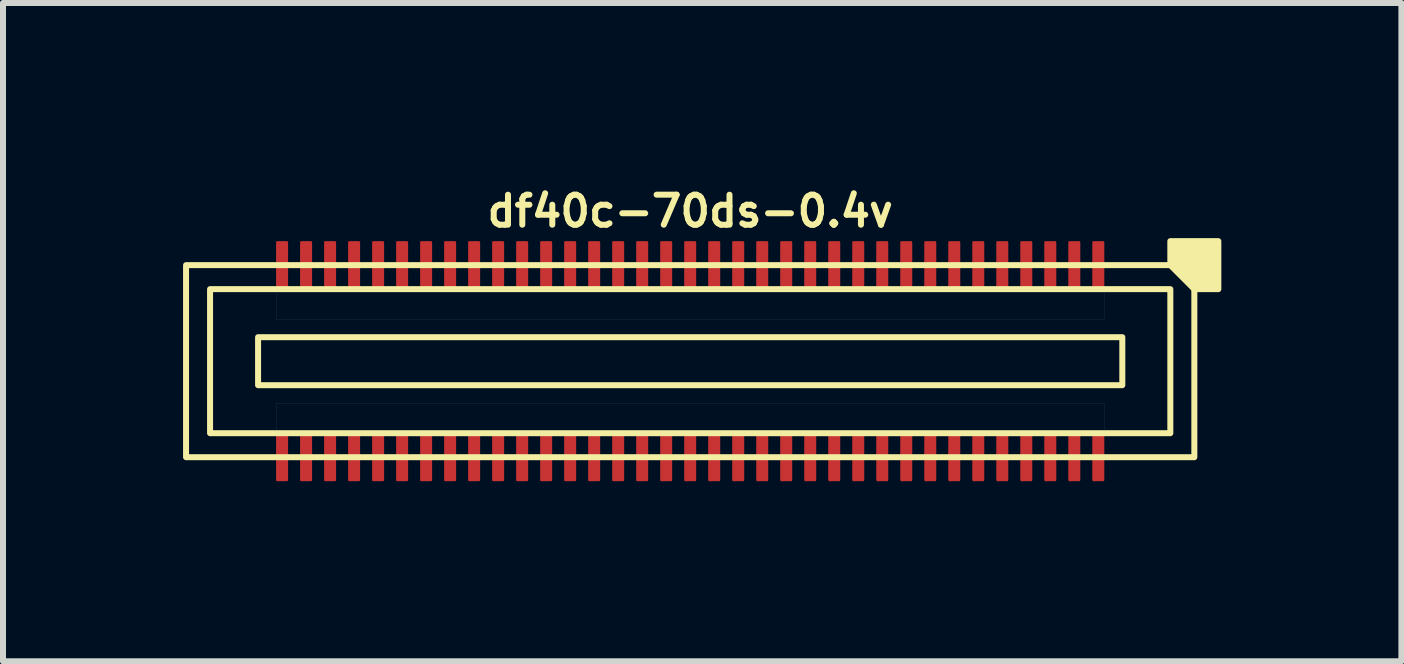
<source format=kicad_pcb>
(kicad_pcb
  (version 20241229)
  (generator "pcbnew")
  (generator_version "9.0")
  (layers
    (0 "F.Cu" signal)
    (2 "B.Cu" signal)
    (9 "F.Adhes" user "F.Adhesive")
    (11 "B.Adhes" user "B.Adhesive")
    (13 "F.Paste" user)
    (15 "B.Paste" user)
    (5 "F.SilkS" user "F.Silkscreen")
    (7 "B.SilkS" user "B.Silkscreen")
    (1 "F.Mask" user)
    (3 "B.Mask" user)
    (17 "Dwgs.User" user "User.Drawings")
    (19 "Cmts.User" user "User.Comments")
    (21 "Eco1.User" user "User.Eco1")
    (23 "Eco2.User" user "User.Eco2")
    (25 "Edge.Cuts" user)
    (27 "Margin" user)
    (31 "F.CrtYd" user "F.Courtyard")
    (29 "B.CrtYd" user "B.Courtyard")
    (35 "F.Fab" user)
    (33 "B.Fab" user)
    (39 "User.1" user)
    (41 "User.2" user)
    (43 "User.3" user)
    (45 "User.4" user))
  (footprint "df40c-70ds-0.4v"
    (layer "F.Cu")
    (at 8.45 2.968)
    (property "Reference" "df40c-70ds-0.4v" (at 0 -2.5 180) (layer "F.SilkS") (effects (font (size 0.5 0.5) (thickness 0.1))))
    (attr smd)
    (fp_rect (start -7.2 -0.4) (end 7.2 0.4) (stroke (width 0.1) (type default)) (fill no) (layer "F.SilkS"))
    (fp_rect (start 8 -1.2) (end -8 1.2) (stroke (width 0.1) (type default)) (fill no) (layer "F.SilkS"))
    (fp_rect (start 8.4 -1.6) (end -8.4 1.6) (stroke (width 0.1) (type default)) (fill no) (layer "F.SilkS"))
    (fp_poly (pts (xy 8 -1.6) (xy 8 -2) (xy 8.8 -2) (xy 8.8 -1.2) (xy 8.4 -1.2)) (stroke (width 0.1) (type solid)) (fill yes) (layer "F.SilkS"))
    (fp_poly (pts (xy -6.9 -1.2) (xy 6.9 -1.2) (xy 6.9 -0.7) (xy -6.9 -0.7)) (stroke (width 0.001) (type solid)) (fill no) (layer "Dwgs.User"))
    (fp_poly (pts (xy -6.9 0.7) (xy 6.9 0.7) (xy 6.9 1.2) (xy -6.9 1.2)) (stroke (width 0.001) (type solid)) (fill no) (layer "Dwgs.User"))
    (pad "1" smd roundrect (at 6.8 -1.6) (size 0.2 0.8) (layers "F.Cu" "F.Mask" "F.Paste") (roundrect_rratio 0.1))
    (pad "2" smd roundrect (at 6.8 1.6) (size 0.2 0.8) (layers "F.Cu" "F.Mask" "F.Paste") (roundrect_rratio 0.1))
    (pad "3" smd roundrect (at 6.4 -1.6) (size 0.2 0.8) (layers "F.Cu" "F.Mask" "F.Paste") (roundrect_rratio 0.1))
    (pad "4" smd roundrect (at 6.4 1.6) (size 0.2 0.8) (layers "F.Cu" "F.Mask" "F.Paste") (roundrect_rratio 0.1))
    (pad "5" smd roundrect (at 6 -1.6) (size 0.2 0.8) (layers "F.Cu" "F.Mask" "F.Paste") (roundrect_rratio 0.1))
    (pad "6" smd roundrect (at 6 1.6) (size 0.2 0.8) (layers "F.Cu" "F.Mask" "F.Paste") (roundrect_rratio 0.1))
    (pad "7" smd roundrect (at 5.6 -1.6) (size 0.2 0.8) (layers "F.Cu" "F.Mask" "F.Paste") (roundrect_rratio 0.1))
    (pad "8" smd roundrect (at 5.6 1.6) (size 0.2 0.8) (layers "F.Cu" "F.Mask" "F.Paste") (roundrect_rratio 0.1))
    (pad "9" smd roundrect (at 5.2 -1.6) (size 0.2 0.8) (layers "F.Cu" "F.Mask" "F.Paste") (roundrect_rratio 0.1))
    (pad "10" smd roundrect (at 5.2 1.6) (size 0.2 0.8) (layers "F.Cu" "F.Mask" "F.Paste") (roundrect_rratio 0.1))
    (pad "11" smd roundrect (at 4.8 -1.6) (size 0.2 0.8) (layers "F.Cu" "F.Mask" "F.Paste") (roundrect_rratio 0.1))
    (pad "12" smd roundrect (at 4.8 1.6) (size 0.2 0.8) (layers "F.Cu" "F.Mask" "F.Paste") (roundrect_rratio 0.1))
    (pad "13" smd roundrect (at 4.4 -1.6) (size 0.2 0.8) (layers "F.Cu" "F.Mask" "F.Paste") (roundrect_rratio 0.1))
    (pad "14" smd roundrect (at 4.4 1.6) (size 0.2 0.8) (layers "F.Cu" "F.Mask" "F.Paste") (roundrect_rratio 0.1))
    (pad "15" smd roundrect (at 4 -1.6) (size 0.2 0.8) (layers "F.Cu" "F.Mask" "F.Paste") (roundrect_rratio 0.1))
    (pad "16" smd roundrect (at 4 1.6) (size 0.2 0.8) (layers "F.Cu" "F.Mask" "F.Paste") (roundrect_rratio 0.1))
    (pad "17" smd roundrect (at 3.6 -1.6) (size 0.2 0.8) (layers "F.Cu" "F.Mask" "F.Paste") (roundrect_rratio 0.1))
    (pad "18" smd roundrect (at 3.6 1.6) (size 0.2 0.8) (layers "F.Cu" "F.Mask" "F.Paste") (roundrect_rratio 0.1))
    (pad "19" smd roundrect (at 3.2 -1.6) (size 0.2 0.8) (layers "F.Cu" "F.Mask" "F.Paste") (roundrect_rratio 0.1))
    (pad "20" smd roundrect (at 3.2 1.6) (size 0.2 0.8) (layers "F.Cu" "F.Mask" "F.Paste") (roundrect_rratio 0.1))
    (pad "21" smd roundrect (at 2.8 -1.6) (size 0.2 0.8) (layers "F.Cu" "F.Mask" "F.Paste") (roundrect_rratio 0.1))
    (pad "22" smd roundrect (at 2.8 1.6) (size 0.2 0.8) (layers "F.Cu" "F.Mask" "F.Paste") (roundrect_rratio 0.1))
    (pad "23" smd roundrect (at 2.4 -1.6) (size 0.2 0.8) (layers "F.Cu" "F.Mask" "F.Paste") (roundrect_rratio 0.1))
    (pad "24" smd roundrect (at 2.4 1.6) (size 0.2 0.8) (layers "F.Cu" "F.Mask" "F.Paste") (roundrect_rratio 0.1))
    (pad "25" smd roundrect (at 2 -1.6) (size 0.2 0.8) (layers "F.Cu" "F.Mask" "F.Paste") (roundrect_rratio 0.1))
    (pad "26" smd roundrect (at 2 1.6) (size 0.2 0.8) (layers "F.Cu" "F.Mask" "F.Paste") (roundrect_rratio 0.1))
    (pad "27" smd roundrect (at 1.6 -1.6) (size 0.2 0.8) (layers "F.Cu" "F.Mask" "F.Paste") (roundrect_rratio 0.1))
    (pad "28" smd roundrect (at 1.6 1.6) (size 0.2 0.8) (layers "F.Cu" "F.Mask" "F.Paste") (roundrect_rratio 0.1))
    (pad "29" smd roundrect (at 1.2 -1.6) (size 0.2 0.8) (layers "F.Cu" "F.Mask" "F.Paste") (roundrect_rratio 0.1))
    (pad "30" smd roundrect (at 1.2 1.6) (size 0.2 0.8) (layers "F.Cu" "F.Mask" "F.Paste") (roundrect_rratio 0.1))
    (pad "31" smd roundrect (at 0.8 -1.6) (size 0.2 0.8) (layers "F.Cu" "F.Mask" "F.Paste") (roundrect_rratio 0.1))
    (pad "32" smd roundrect (at 0.8 1.6) (size 0.2 0.8) (layers "F.Cu" "F.Mask" "F.Paste") (roundrect_rratio 0.1))
    (pad "33" smd roundrect (at 0.4 -1.6) (size 0.2 0.8) (layers "F.Cu" "F.Mask" "F.Paste") (roundrect_rratio 0.1))
    (pad "34" smd roundrect (at 0.4 1.6) (size 0.2 0.8) (layers "F.Cu" "F.Mask" "F.Paste") (roundrect_rratio 0.1))
    (pad "35" smd roundrect (at 0 -1.6) (size 0.2 0.8) (layers "F.Cu" "F.Mask" "F.Paste") (roundrect_rratio 0.1))
    (pad "36" smd roundrect (at 0 1.6) (size 0.2 0.8) (layers "F.Cu" "F.Mask" "F.Paste") (roundrect_rratio 0.1))
    (pad "37" smd roundrect (at -0.4 -1.6) (size 0.2 0.8) (layers "F.Cu" "F.Mask" "F.Paste") (roundrect_rratio 0.1))
    (pad "38" smd roundrect (at -0.4 1.6) (size 0.2 0.8) (layers "F.Cu" "F.Mask" "F.Paste") (roundrect_rratio 0.1))
    (pad "39" smd roundrect (at -0.8 -1.6) (size 0.2 0.8) (layers "F.Cu" "F.Mask" "F.Paste") (roundrect_rratio 0.1))
    (pad "40" smd roundrect (at -0.8 1.6) (size 0.2 0.8) (layers "F.Cu" "F.Mask" "F.Paste") (roundrect_rratio 0.1))
    (pad "41" smd roundrect (at -1.2 -1.6) (size 0.2 0.8) (layers "F.Cu" "F.Mask" "F.Paste") (roundrect_rratio 0.1))
    (pad "42" smd roundrect (at -1.2 1.6) (size 0.2 0.8) (layers "F.Cu" "F.Mask" "F.Paste") (roundrect_rratio 0.1))
    (pad "43" smd roundrect (at -1.6 -1.6) (size 0.2 0.8) (layers "F.Cu" "F.Mask" "F.Paste") (roundrect_rratio 0.1))
    (pad "44" smd roundrect (at -1.6 1.6) (size 0.2 0.8) (layers "F.Cu" "F.Mask" "F.Paste") (roundrect_rratio 0.1))
    (pad "45" smd roundrect (at -2 -1.6) (size 0.2 0.8) (layers "F.Cu" "F.Mask" "F.Paste") (roundrect_rratio 0.1))
    (pad "46" smd roundrect (at -2 1.6) (size 0.2 0.8) (layers "F.Cu" "F.Mask" "F.Paste") (roundrect_rratio 0.1))
    (pad "47" smd roundrect (at -2.4 -1.6) (size 0.2 0.8) (layers "F.Cu" "F.Mask" "F.Paste") (roundrect_rratio 0.1))
    (pad "48" smd roundrect (at -2.4 1.6) (size 0.2 0.8) (layers "F.Cu" "F.Mask" "F.Paste") (roundrect_rratio 0.1))
    (pad "49" smd roundrect (at -2.8 -1.6) (size 0.2 0.8) (layers "F.Cu" "F.Mask" "F.Paste") (roundrect_rratio 0.1))
    (pad "50" smd roundrect (at -2.8 1.6) (size 0.2 0.8) (layers "F.Cu" "F.Mask" "F.Paste") (roundrect_rratio 0.1))
    (pad "51" smd roundrect (at -3.2 -1.6) (size 0.2 0.8) (layers "F.Cu" "F.Mask" "F.Paste") (roundrect_rratio 0.1))
    (pad "52" smd roundrect (at -3.2 1.6) (size 0.2 0.8) (layers "F.Cu" "F.Mask" "F.Paste") (roundrect_rratio 0.1))
    (pad "53" smd roundrect (at -3.6 -1.6) (size 0.2 0.8) (layers "F.Cu" "F.Mask" "F.Paste") (roundrect_rratio 0.1))
    (pad "54" smd roundrect (at -3.6 1.6) (size 0.2 0.8) (layers "F.Cu" "F.Mask" "F.Paste") (roundrect_rratio 0.1))
    (pad "55" smd roundrect (at -4 -1.6) (size 0.2 0.8) (layers "F.Cu" "F.Mask" "F.Paste") (roundrect_rratio 0.1))
    (pad "56" smd roundrect (at -4 1.6) (size 0.2 0.8) (layers "F.Cu" "F.Mask" "F.Paste") (roundrect_rratio 0.1))
    (pad "57" smd roundrect (at -4.4 -1.6) (size 0.2 0.8) (layers "F.Cu" "F.Mask" "F.Paste") (roundrect_rratio 0.1))
    (pad "58" smd roundrect (at -4.4 1.6) (size 0.2 0.8) (layers "F.Cu" "F.Mask" "F.Paste") (roundrect_rratio 0.1))
    (pad "59" smd roundrect (at -4.8 -1.6) (size 0.2 0.8) (layers "F.Cu" "F.Mask" "F.Paste") (roundrect_rratio 0.1))
    (pad "60" smd roundrect (at -4.8 1.6) (size 0.2 0.8) (layers "F.Cu" "F.Mask" "F.Paste") (roundrect_rratio 0.1))
    (pad "61" smd roundrect (at -5.2 -1.6) (size 0.2 0.8) (layers "F.Cu" "F.Mask" "F.Paste") (roundrect_rratio 0.1))
    (pad "62" smd roundrect (at -5.2 1.6) (size 0.2 0.8) (layers "F.Cu" "F.Mask" "F.Paste") (roundrect_rratio 0.1))
    (pad "63" smd roundrect (at -5.6 -1.6) (size 0.2 0.8) (layers "F.Cu" "F.Mask" "F.Paste") (roundrect_rratio 0.1))
    (pad "64" smd roundrect (at -5.6 1.6) (size 0.2 0.8) (layers "F.Cu" "F.Mask" "F.Paste") (roundrect_rratio 0.1))
    (pad "65" smd roundrect (at -6 -1.6) (size 0.2 0.8) (layers "F.Cu" "F.Mask" "F.Paste") (roundrect_rratio 0.1))
    (pad "66" smd roundrect (at -6 1.6) (size 0.2 0.8) (layers "F.Cu" "F.Mask" "F.Paste") (roundrect_rratio 0.1))
    (pad "67" smd roundrect (at -6.4 -1.6) (size 0.2 0.8) (layers "F.Cu" "F.Mask" "F.Paste") (roundrect_rratio 0.1))
    (pad "68" smd roundrect (at -6.4 1.6) (size 0.2 0.8) (layers "F.Cu" "F.Mask" "F.Paste") (roundrect_rratio 0.1))
    (pad "69" smd roundrect (at -6.8 -1.6) (size 0.2 0.8) (layers "F.Cu" "F.Mask" "F.Paste") (roundrect_rratio 0.1))
    (pad "70" smd roundrect (at -6.8 1.6) (size 0.2 0.8) (layers "F.Cu" "F.Mask" "F.Paste") (roundrect_rratio 0.1)))
  (gr_rect
    (start -3 -3)
    (end 20.3 7.968)
    (stroke (width 0.1) (type default))
    (fill no)
    (layer "Edge.Cuts")))
</source>
